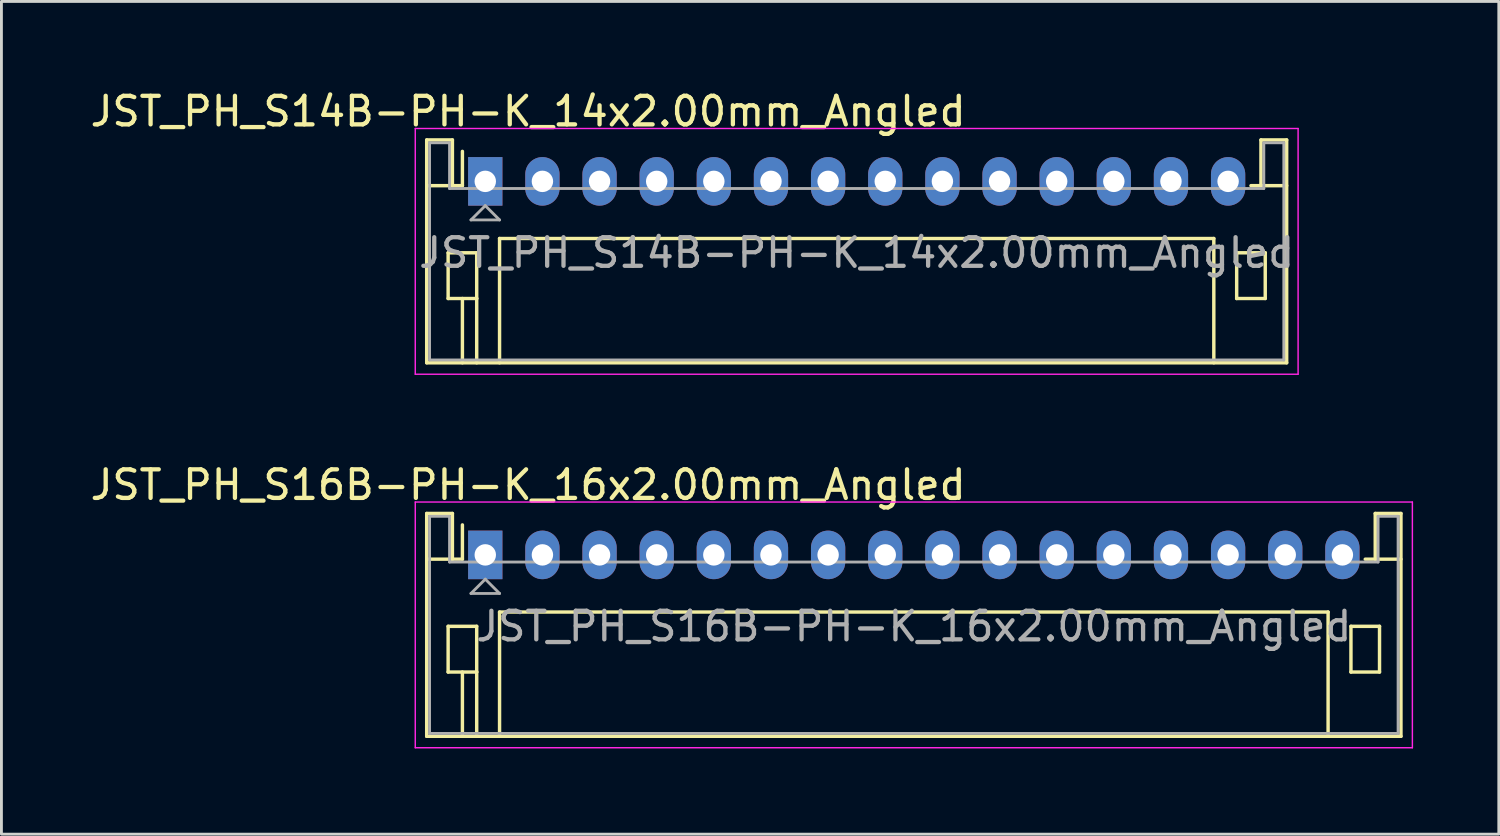
<source format=kicad_pcb>
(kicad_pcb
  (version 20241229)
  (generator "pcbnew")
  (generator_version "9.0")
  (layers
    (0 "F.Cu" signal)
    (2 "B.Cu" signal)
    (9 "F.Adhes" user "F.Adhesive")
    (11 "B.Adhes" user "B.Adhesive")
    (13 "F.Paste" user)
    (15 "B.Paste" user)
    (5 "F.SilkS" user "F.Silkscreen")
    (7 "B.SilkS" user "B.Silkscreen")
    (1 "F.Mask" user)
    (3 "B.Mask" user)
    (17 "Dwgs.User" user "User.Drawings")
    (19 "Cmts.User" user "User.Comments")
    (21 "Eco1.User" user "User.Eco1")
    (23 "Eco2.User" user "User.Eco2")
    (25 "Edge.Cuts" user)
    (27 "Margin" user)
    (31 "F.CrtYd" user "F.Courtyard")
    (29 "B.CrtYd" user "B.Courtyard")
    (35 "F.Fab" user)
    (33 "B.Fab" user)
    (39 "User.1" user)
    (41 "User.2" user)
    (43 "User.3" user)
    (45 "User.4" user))
  (footprint "JST_PH_S16B-PH-K_16x2.00mm_Angled"
    (layer "F.Cu")
    (at 13.935 16.372)
    (property "Reference" "JST_PH_S16B-PH-K_16x2.00mm_Angled" (at 1.5 -2.45 0) (layer "F.SilkS") (effects (font (size 1 1) (thickness 0.15))))
    (attr through_hole)
    (fp_line (start -2.05 -1.45) (end -2.05 6.35) (stroke (width 0.12) (type solid)) (layer "F.SilkS"))
    (fp_line (start -2.05 0.15) (end -1.15 0.15) (stroke (width 0.12) (type solid)) (layer "F.SilkS"))
    (fp_line (start -2.05 6.35) (end 32.05 6.35) (stroke (width 0.12) (type solid)) (layer "F.SilkS"))
    (fp_line (start -1.3 2.5) (end -1.3 4.1) (stroke (width 0.12) (type solid)) (layer "F.SilkS"))
    (fp_line (start -1.3 4.1) (end -0.3 4.1) (stroke (width 0.12) (type solid)) (layer "F.SilkS"))
    (fp_line (start -1.15 -1.45) (end -2.05 -1.45) (stroke (width 0.12) (type solid)) (layer "F.SilkS"))
    (fp_line (start -1.15 0.15) (end -1.15 -1.45) (stroke (width 0.12) (type solid)) (layer "F.SilkS"))
    (fp_line (start -0.8 0.15) (end -1.15 0.15) (stroke (width 0.12) (type solid)) (layer "F.SilkS"))
    (fp_line (start -0.8 0.15) (end -0.8 -1.05) (stroke (width 0.12) (type solid)) (layer "F.SilkS"))
    (fp_line (start -0.8 4.1) (end -0.8 6.35) (stroke (width 0.12) (type solid)) (layer "F.SilkS"))
    (fp_line (start -0.3 2.5) (end -1.3 2.5) (stroke (width 0.12) (type solid)) (layer "F.SilkS"))
    (fp_line (start -0.3 4.1) (end -0.3 2.5) (stroke (width 0.12) (type solid)) (layer "F.SilkS"))
    (fp_line (start -0.3 4.1) (end -0.3 6.35) (stroke (width 0.12) (type solid)) (layer "F.SilkS"))
    (fp_line (start 0.5 2) (end 29.5 2) (stroke (width 0.12) (type solid)) (layer "F.SilkS"))
    (fp_line (start 0.5 6.35) (end 0.5 2) (stroke (width 0.12) (type solid)) (layer "F.SilkS"))
    (fp_line (start 29.5 2) (end 29.5 6.35) (stroke (width 0.12) (type solid)) (layer "F.SilkS"))
    (fp_line (start 30.3 2.5) (end 31.3 2.5) (stroke (width 0.12) (type solid)) (layer "F.SilkS"))
    (fp_line (start 30.3 4.1) (end 30.3 2.5) (stroke (width 0.12) (type solid)) (layer "F.SilkS"))
    (fp_line (start 31.15 -1.45) (end 31.15 0.15) (stroke (width 0.12) (type solid)) (layer "F.SilkS"))
    (fp_line (start 31.15 0.15) (end 30.8 0.15) (stroke (width 0.12) (type solid)) (layer "F.SilkS"))
    (fp_line (start 31.3 2.5) (end 31.3 4.1) (stroke (width 0.12) (type solid)) (layer "F.SilkS"))
    (fp_line (start 31.3 4.1) (end 30.3 4.1) (stroke (width 0.12) (type solid)) (layer "F.SilkS"))
    (fp_line (start 32.05 -1.45) (end 31.15 -1.45) (stroke (width 0.12) (type solid)) (layer "F.SilkS"))
    (fp_line (start 32.05 0.15) (end 31.15 0.15) (stroke (width 0.12) (type solid)) (layer "F.SilkS"))
    (fp_line (start 32.05 6.35) (end 32.05 -1.45) (stroke (width 0.12) (type solid)) (layer "F.SilkS"))
    (fp_line (start -2.45 -1.85) (end -2.45 6.75) (stroke (width 0.05) (type solid)) (layer "F.CrtYd"))
    (fp_line (start -2.45 6.75) (end 32.45 6.75) (stroke (width 0.05) (type solid)) (layer "F.CrtYd"))
    (fp_line (start 32.45 -1.85) (end -2.45 -1.85) (stroke (width 0.05) (type solid)) (layer "F.CrtYd"))
    (fp_line (start 32.45 6.75) (end 32.45 -1.85) (stroke (width 0.05) (type solid)) (layer "F.CrtYd"))
    (fp_line (start -1.95 -1.35) (end -1.95 6.25) (stroke (width 0.1) (type solid)) (layer "F.Fab"))
    (fp_line (start -1.95 6.25) (end 31.95 6.25) (stroke (width 0.1) (type solid)) (layer "F.Fab"))
    (fp_line (start -1.25 -1.35) (end -1.95 -1.35) (stroke (width 0.1) (type solid)) (layer "F.Fab"))
    (fp_line (start -1.25 0.25) (end -1.25 -1.35) (stroke (width 0.1) (type solid)) (layer "F.Fab"))
    (fp_line (start -0.5 1.35) (end 0.5 1.35) (stroke (width 0.1) (type solid)) (layer "F.Fab"))
    (fp_line (start 0 0.85) (end -0.5 1.35) (stroke (width 0.1) (type solid)) (layer "F.Fab"))
    (fp_line (start 0.5 1.35) (end 0 0.85) (stroke (width 0.1) (type solid)) (layer "F.Fab"))
    (fp_line (start 31.25 -1.35) (end 31.25 0.25) (stroke (width 0.1) (type solid)) (layer "F.Fab"))
    (fp_line (start 31.25 0.25) (end -1.25 0.25) (stroke (width 0.1) (type solid)) (layer "F.Fab"))
    (fp_line (start 31.95 -1.35) (end 31.25 -1.35) (stroke (width 0.1) (type solid)) (layer "F.Fab"))
    (fp_line (start 31.95 6.25) (end 31.95 -1.35) (stroke (width 0.1) (type solid)) (layer "F.Fab"))
    (fp_text user "${REFERENCE}" (at 15 2.5 0) (layer "F.Fab") (effects (font (size 1 1) (thickness 0.15))))
    (pad "1" thru_hole rect (at 0 0) (size 1.2 1.7) (drill 0.75) (layers "*.Cu" "*.Mask"))
    (pad "2" thru_hole oval (at 2 0) (size 1.2 1.7) (drill 0.75) (layers "*.Cu" "*.Mask"))
    (pad "3" thru_hole oval (at 4 0) (size 1.2 1.7) (drill 0.75) (layers "*.Cu" "*.Mask"))
    (pad "4" thru_hole oval (at 6 0) (size 1.2 1.7) (drill 0.75) (layers "*.Cu" "*.Mask"))
    (pad "5" thru_hole oval (at 8 0) (size 1.2 1.7) (drill 0.75) (layers "*.Cu" "*.Mask"))
    (pad "6" thru_hole oval (at 10 0) (size 1.2 1.7) (drill 0.75) (layers "*.Cu" "*.Mask"))
    (pad "7" thru_hole oval (at 12 0) (size 1.2 1.7) (drill 0.75) (layers "*.Cu" "*.Mask"))
    (pad "8" thru_hole oval (at 14 0) (size 1.2 1.7) (drill 0.75) (layers "*.Cu" "*.Mask"))
    (pad "9" thru_hole oval (at 16 0) (size 1.2 1.7) (drill 0.75) (layers "*.Cu" "*.Mask"))
    (pad "10" thru_hole oval (at 18 0) (size 1.2 1.7) (drill 0.75) (layers "*.Cu" "*.Mask"))
    (pad "11" thru_hole oval (at 20 0) (size 1.2 1.7) (drill 0.75) (layers "*.Cu" "*.Mask"))
    (pad "12" thru_hole oval (at 22 0) (size 1.2 1.7) (drill 0.75) (layers "*.Cu" "*.Mask"))
    (pad "13" thru_hole oval (at 24 0) (size 1.2 1.7) (drill 0.75) (layers "*.Cu" "*.Mask"))
    (pad "14" thru_hole oval (at 26 0) (size 1.2 1.7) (drill 0.75) (layers "*.Cu" "*.Mask"))
    (pad "15" thru_hole oval (at 28 0) (size 1.2 1.7) (drill 0.75) (layers "*.Cu" "*.Mask"))
    (pad "16" thru_hole oval (at 30 0) (size 1.2 1.7) (drill 0.75) (layers "*.Cu" "*.Mask")))
  (footprint "JST_PH_S14B-PH-K_14x2.00mm_Angled"
    (layer "F.Cu")
    (at 13.935 3.298)
    (property "Reference" "JST_PH_S14B-PH-K_14x2.00mm_Angled" (at 1.5 -2.45 0) (layer "F.SilkS") (effects (font (size 1 1) (thickness 0.15))))
    (attr through_hole)
    (fp_line (start -2.05 -1.45) (end -2.05 6.35) (stroke (width 0.12) (type solid)) (layer "F.SilkS"))
    (fp_line (start -2.05 0.15) (end -1.15 0.15) (stroke (width 0.12) (type solid)) (layer "F.SilkS"))
    (fp_line (start -2.05 6.35) (end 28.05 6.35) (stroke (width 0.12) (type solid)) (layer "F.SilkS"))
    (fp_line (start -1.3 2.5) (end -1.3 4.1) (stroke (width 0.12) (type solid)) (layer "F.SilkS"))
    (fp_line (start -1.3 4.1) (end -0.3 4.1) (stroke (width 0.12) (type solid)) (layer "F.SilkS"))
    (fp_line (start -1.15 -1.45) (end -2.05 -1.45) (stroke (width 0.12) (type solid)) (layer "F.SilkS"))
    (fp_line (start -1.15 0.15) (end -1.15 -1.45) (stroke (width 0.12) (type solid)) (layer "F.SilkS"))
    (fp_line (start -0.8 0.15) (end -1.15 0.15) (stroke (width 0.12) (type solid)) (layer "F.SilkS"))
    (fp_line (start -0.8 0.15) (end -0.8 -1.05) (stroke (width 0.12) (type solid)) (layer "F.SilkS"))
    (fp_line (start -0.8 4.1) (end -0.8 6.35) (stroke (width 0.12) (type solid)) (layer "F.SilkS"))
    (fp_line (start -0.3 2.5) (end -1.3 2.5) (stroke (width 0.12) (type solid)) (layer "F.SilkS"))
    (fp_line (start -0.3 4.1) (end -0.3 2.5) (stroke (width 0.12) (type solid)) (layer "F.SilkS"))
    (fp_line (start -0.3 4.1) (end -0.3 6.35) (stroke (width 0.12) (type solid)) (layer "F.SilkS"))
    (fp_line (start 0.5 2) (end 25.5 2) (stroke (width 0.12) (type solid)) (layer "F.SilkS"))
    (fp_line (start 0.5 6.35) (end 0.5 2) (stroke (width 0.12) (type solid)) (layer "F.SilkS"))
    (fp_line (start 25.5 2) (end 25.5 6.35) (stroke (width 0.12) (type solid)) (layer "F.SilkS"))
    (fp_line (start 26.3 2.5) (end 27.3 2.5) (stroke (width 0.12) (type solid)) (layer "F.SilkS"))
    (fp_line (start 26.3 4.1) (end 26.3 2.5) (stroke (width 0.12) (type solid)) (layer "F.SilkS"))
    (fp_line (start 27.15 -1.45) (end 27.15 0.15) (stroke (width 0.12) (type solid)) (layer "F.SilkS"))
    (fp_line (start 27.15 0.15) (end 26.8 0.15) (stroke (width 0.12) (type solid)) (layer "F.SilkS"))
    (fp_line (start 27.3 2.5) (end 27.3 4.1) (stroke (width 0.12) (type solid)) (layer "F.SilkS"))
    (fp_line (start 27.3 4.1) (end 26.3 4.1) (stroke (width 0.12) (type solid)) (layer "F.SilkS"))
    (fp_line (start 28.05 -1.45) (end 27.15 -1.45) (stroke (width 0.12) (type solid)) (layer "F.SilkS"))
    (fp_line (start 28.05 0.15) (end 27.15 0.15) (stroke (width 0.12) (type solid)) (layer "F.SilkS"))
    (fp_line (start 28.05 6.35) (end 28.05 -1.45) (stroke (width 0.12) (type solid)) (layer "F.SilkS"))
    (fp_line (start -2.45 -1.85) (end -2.45 6.75) (stroke (width 0.05) (type solid)) (layer "F.CrtYd"))
    (fp_line (start -2.45 6.75) (end 28.45 6.75) (stroke (width 0.05) (type solid)) (layer "F.CrtYd"))
    (fp_line (start 28.45 -1.85) (end -2.45 -1.85) (stroke (width 0.05) (type solid)) (layer "F.CrtYd"))
    (fp_line (start 28.45 6.75) (end 28.45 -1.85) (stroke (width 0.05) (type solid)) (layer "F.CrtYd"))
    (fp_line (start -1.95 -1.35) (end -1.95 6.25) (stroke (width 0.1) (type solid)) (layer "F.Fab"))
    (fp_line (start -1.95 6.25) (end 27.95 6.25) (stroke (width 0.1) (type solid)) (layer "F.Fab"))
    (fp_line (start -1.25 -1.35) (end -1.95 -1.35) (stroke (width 0.1) (type solid)) (layer "F.Fab"))
    (fp_line (start -1.25 0.25) (end -1.25 -1.35) (stroke (width 0.1) (type solid)) (layer "F.Fab"))
    (fp_line (start -0.5 1.35) (end 0.5 1.35) (stroke (width 0.1) (type solid)) (layer "F.Fab"))
    (fp_line (start 0 0.85) (end -0.5 1.35) (stroke (width 0.1) (type solid)) (layer "F.Fab"))
    (fp_line (start 0.5 1.35) (end 0 0.85) (stroke (width 0.1) (type solid)) (layer "F.Fab"))
    (fp_line (start 27.25 -1.35) (end 27.25 0.25) (stroke (width 0.1) (type solid)) (layer "F.Fab"))
    (fp_line (start 27.25 0.25) (end -1.25 0.25) (stroke (width 0.1) (type solid)) (layer "F.Fab"))
    (fp_line (start 27.95 -1.35) (end 27.25 -1.35) (stroke (width 0.1) (type solid)) (layer "F.Fab"))
    (fp_line (start 27.95 6.25) (end 27.95 -1.35) (stroke (width 0.1) (type solid)) (layer "F.Fab"))
    (fp_text user "${REFERENCE}" (at 13 2.5 0) (layer "F.Fab") (effects (font (size 1 1) (thickness 0.15))))
    (pad "1" thru_hole rect (at 0 0) (size 1.2 1.7) (drill 0.75) (layers "*.Cu" "*.Mask"))
    (pad "2" thru_hole oval (at 2 0) (size 1.2 1.7) (drill 0.75) (layers "*.Cu" "*.Mask"))
    (pad "3" thru_hole oval (at 4 0) (size 1.2 1.7) (drill 0.75) (layers "*.Cu" "*.Mask"))
    (pad "4" thru_hole oval (at 6 0) (size 1.2 1.7) (drill 0.75) (layers "*.Cu" "*.Mask"))
    (pad "5" thru_hole oval (at 8 0) (size 1.2 1.7) (drill 0.75) (layers "*.Cu" "*.Mask"))
    (pad "6" thru_hole oval (at 10 0) (size 1.2 1.7) (drill 0.75) (layers "*.Cu" "*.Mask"))
    (pad "7" thru_hole oval (at 12 0) (size 1.2 1.7) (drill 0.75) (layers "*.Cu" "*.Mask"))
    (pad "8" thru_hole oval (at 14 0) (size 1.2 1.7) (drill 0.75) (layers "*.Cu" "*.Mask"))
    (pad "9" thru_hole oval (at 16 0) (size 1.2 1.7) (drill 0.75) (layers "*.Cu" "*.Mask"))
    (pad "10" thru_hole oval (at 18 0) (size 1.2 1.7) (drill 0.75) (layers "*.Cu" "*.Mask"))
    (pad "11" thru_hole oval (at 20 0) (size 1.2 1.7) (drill 0.75) (layers "*.Cu" "*.Mask"))
    (pad "12" thru_hole oval (at 22 0) (size 1.2 1.7) (drill 0.75) (layers "*.Cu" "*.Mask"))
    (pad "13" thru_hole oval (at 24 0) (size 1.2 1.7) (drill 0.75) (layers "*.Cu" "*.Mask"))
    (pad "14" thru_hole oval (at 26 0) (size 1.2 1.7) (drill 0.75) (layers "*.Cu" "*.Mask")))
  (gr_rect
    (start -3 -3)
    (end 49.41 26.146)
    (stroke (width 0.1) (type default))
    (fill no)
    (layer "Edge.Cuts")))
</source>
